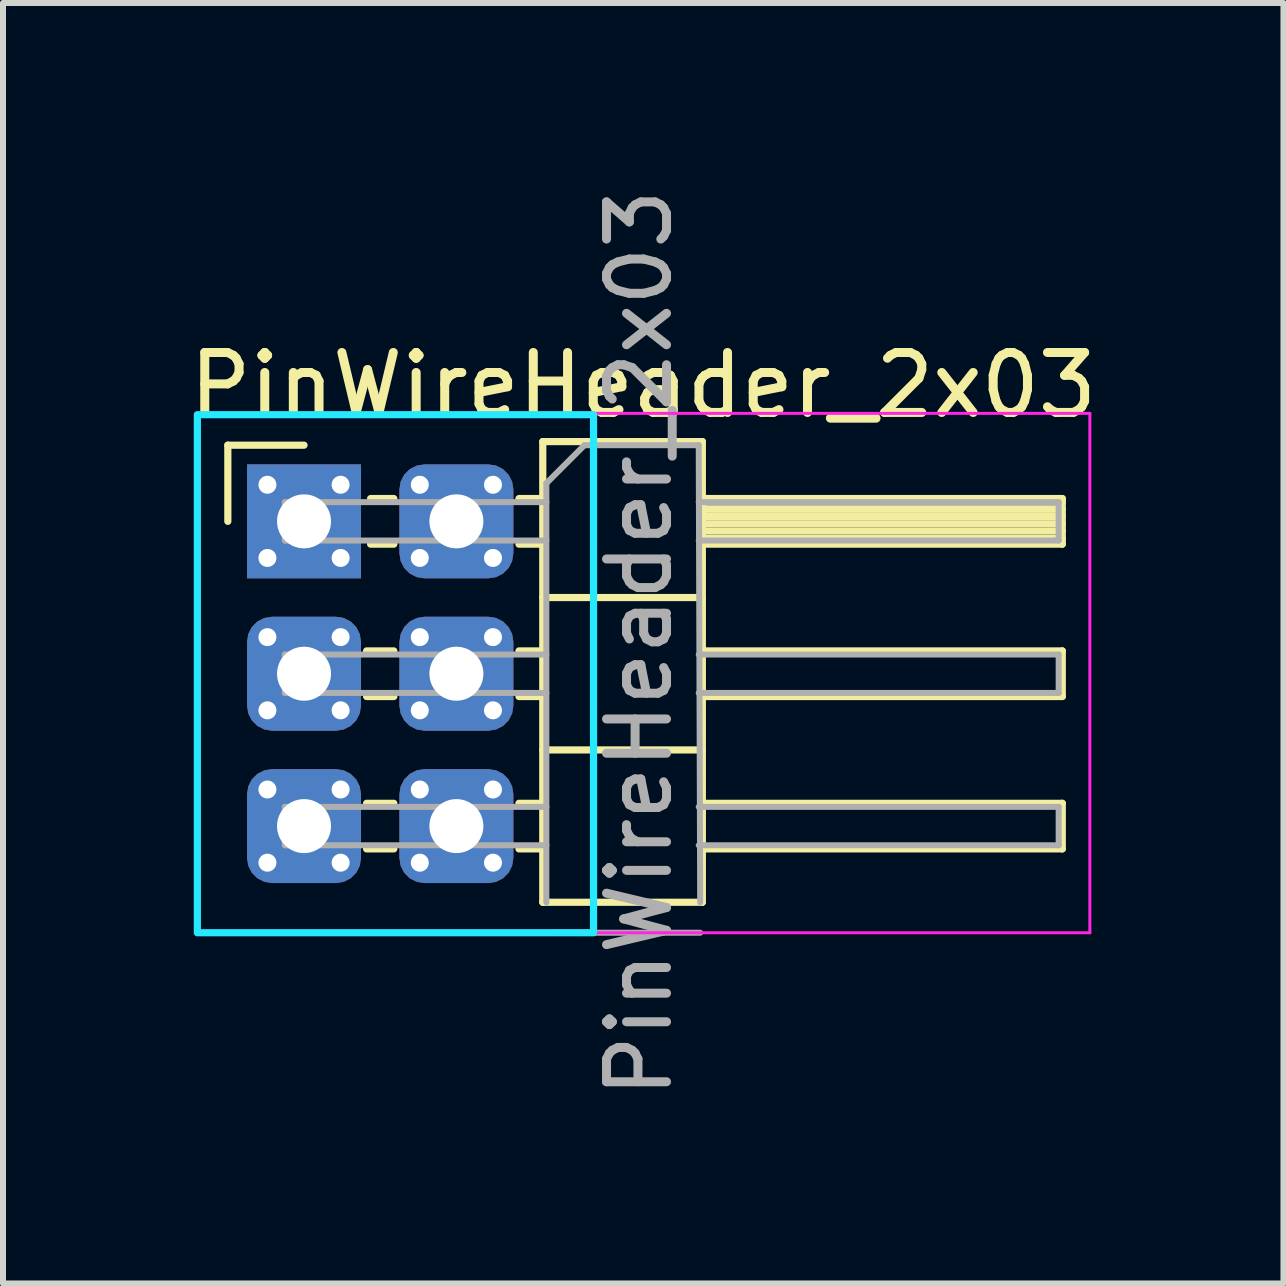
<source format=kicad_pcb>
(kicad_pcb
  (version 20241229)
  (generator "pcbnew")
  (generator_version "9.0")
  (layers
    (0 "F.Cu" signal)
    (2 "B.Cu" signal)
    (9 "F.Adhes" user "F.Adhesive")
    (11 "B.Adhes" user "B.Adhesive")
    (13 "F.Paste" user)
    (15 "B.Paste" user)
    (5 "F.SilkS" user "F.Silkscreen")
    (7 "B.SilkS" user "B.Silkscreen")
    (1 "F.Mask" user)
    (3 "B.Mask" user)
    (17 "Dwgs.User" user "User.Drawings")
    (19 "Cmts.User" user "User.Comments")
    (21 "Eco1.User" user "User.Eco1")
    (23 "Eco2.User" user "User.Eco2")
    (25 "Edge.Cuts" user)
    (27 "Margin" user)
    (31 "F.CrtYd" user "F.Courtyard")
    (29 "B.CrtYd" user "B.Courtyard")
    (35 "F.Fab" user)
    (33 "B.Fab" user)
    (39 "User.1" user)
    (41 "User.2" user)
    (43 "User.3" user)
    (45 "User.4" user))
  (footprint "PinWireHeader_2x03"
    (layer "F.Cu")
    (at 2.018 5.641)
    (property "Reference" "PinWireHeader_2x03" (at 5.655 -2.27 180) (layer "F.SilkS") (effects (font (size 1 1) (thickness 0.15))))
    (attr through_hole)
    (fp_circle (center 0 0) (end 0.457 0) (stroke (width 0.15) (type solid)) (fill yes) (layer "F.Mask"))
    (fp_circle (center 0 2.54) (end 0.457 2.54) (stroke (width 0.15) (type solid)) (fill yes) (layer "F.Mask"))
    (fp_circle (center 0 5.08) (end 0.457 5.08) (stroke (width 0.15) (type solid)) (fill yes) (layer "F.Mask"))
    (fp_circle (center 2.54 0) (end 2.997 0) (stroke (width 0.15) (type solid)) (fill yes) (layer "F.Mask"))
    (fp_circle (center 2.54 2.54) (end 2.997 2.54) (stroke (width 0.15) (type solid)) (fill yes) (layer "F.Mask"))
    (fp_circle (center 2.54 5.08) (end 2.997 5.08) (stroke (width 0.15) (type solid)) (fill yes) (layer "F.Mask"))
    (fp_line (start -1.27 -1.27) (end 0 -1.27) (stroke (width 0.12) (type solid)) (layer "F.SilkS"))
    (fp_line (start -1.27 0) (end -1.27 -1.27) (stroke (width 0.12) (type solid)) (layer "F.SilkS"))
    (fp_line (start 1.043 2.16) (end 1.497 2.16) (stroke (width 0.12) (type solid)) (layer "F.SilkS"))
    (fp_line (start 1.043 2.92) (end 1.497 2.92) (stroke (width 0.12) (type solid)) (layer "F.SilkS"))
    (fp_line (start 1.043 4.7) (end 1.497 4.7) (stroke (width 0.12) (type solid)) (layer "F.SilkS"))
    (fp_line (start 1.043 5.46) (end 1.497 5.46) (stroke (width 0.12) (type solid)) (layer "F.SilkS"))
    (fp_line (start 1.11 -0.38) (end 1.497 -0.38) (stroke (width 0.12) (type solid)) (layer "F.SilkS"))
    (fp_line (start 1.11 0.38) (end 1.497 0.38) (stroke (width 0.12) (type solid)) (layer "F.SilkS"))
    (fp_line (start 3.583 -0.38) (end 3.98 -0.38) (stroke (width 0.12) (type solid)) (layer "F.SilkS"))
    (fp_line (start 3.583 0.38) (end 3.98 0.38) (stroke (width 0.12) (type solid)) (layer "F.SilkS"))
    (fp_line (start 3.583 2.16) (end 3.98 2.16) (stroke (width 0.12) (type solid)) (layer "F.SilkS"))
    (fp_line (start 3.583 2.92) (end 3.98 2.92) (stroke (width 0.12) (type solid)) (layer "F.SilkS"))
    (fp_line (start 3.583 4.7) (end 3.98 4.7) (stroke (width 0.12) (type solid)) (layer "F.SilkS"))
    (fp_line (start 3.583 5.46) (end 3.98 5.46) (stroke (width 0.12) (type solid)) (layer "F.SilkS"))
    (fp_line (start 3.98 -1.33) (end 3.98 6.35) (stroke (width 0.12) (type solid)) (layer "F.SilkS"))
    (fp_line (start 3.98 1.27) (end 6.64 1.27) (stroke (width 0.12) (type solid)) (layer "F.SilkS"))
    (fp_line (start 3.98 3.81) (end 6.64 3.81) (stroke (width 0.12) (type solid)) (layer "F.SilkS"))
    (fp_line (start 3.98 6.35) (end 6.64 6.35) (stroke (width 0.12) (type solid)) (layer "F.SilkS"))
    (fp_line (start 6.64 -1.33) (end 3.98 -1.33) (stroke (width 0.12) (type solid)) (layer "F.SilkS"))
    (fp_line (start 6.64 -0.38) (end 12.64 -0.38) (stroke (width 0.12) (type solid)) (layer "F.SilkS"))
    (fp_line (start 6.64 -0.32) (end 12.64 -0.32) (stroke (width 0.12) (type solid)) (layer "F.SilkS"))
    (fp_line (start 6.64 -0.2) (end 12.64 -0.2) (stroke (width 0.12) (type solid)) (layer "F.SilkS"))
    (fp_line (start 6.64 -0.08) (end 12.64 -0.08) (stroke (width 0.12) (type solid)) (layer "F.SilkS"))
    (fp_line (start 6.64 0.04) (end 12.64 0.04) (stroke (width 0.12) (type solid)) (layer "F.SilkS"))
    (fp_line (start 6.64 0.16) (end 12.64 0.16) (stroke (width 0.12) (type solid)) (layer "F.SilkS"))
    (fp_line (start 6.64 0.28) (end 12.64 0.28) (stroke (width 0.12) (type solid)) (layer "F.SilkS"))
    (fp_line (start 6.64 2.16) (end 12.64 2.16) (stroke (width 0.12) (type solid)) (layer "F.SilkS"))
    (fp_line (start 6.64 4.7) (end 12.64 4.7) (stroke (width 0.12) (type solid)) (layer "F.SilkS"))
    (fp_line (start 6.64 6.35) (end 6.64 -1.33) (stroke (width 0.12) (type solid)) (layer "F.SilkS"))
    (fp_line (start 12.64 -0.38) (end 12.64 0.38) (stroke (width 0.12) (type solid)) (layer "F.SilkS"))
    (fp_line (start 12.64 0.38) (end 6.64 0.38) (stroke (width 0.12) (type solid)) (layer "F.SilkS"))
    (fp_line (start 12.64 2.16) (end 12.64 2.92) (stroke (width 0.12) (type solid)) (layer "F.SilkS"))
    (fp_line (start 12.64 2.92) (end 6.64 2.92) (stroke (width 0.12) (type solid)) (layer "F.SilkS"))
    (fp_line (start 12.64 4.7) (end 12.64 5.46) (stroke (width 0.12) (type solid)) (layer "F.SilkS"))
    (fp_line (start 12.64 5.46) (end 6.64 5.46) (stroke (width 0.12) (type solid)) (layer "F.SilkS"))
    (fp_rect (start -1.778 -1.778) (end 4.826 6.858) (stroke (width 0.12) (type solid)) (fill no) (layer "B.CrtYd"))
    (fp_line (start -1.8 -1.8) (end -1.8 6.858) (stroke (width 0.05) (type solid)) (layer "F.CrtYd"))
    (fp_line (start -1.8 6.858) (end 13.1 6.858) (stroke (width 0.05) (type solid)) (layer "F.CrtYd"))
    (fp_line (start 13.1 -1.8) (end -1.8 -1.8) (stroke (width 0.05) (type solid)) (layer "F.CrtYd"))
    (fp_line (start 13.1 6.858) (end 13.1 -1.8) (stroke (width 0.05) (type solid)) (layer "F.CrtYd"))
    (fp_line (start -0.32 -0.32) (end -0.32 0.32) (stroke (width 0.1) (type solid)) (layer "F.Fab"))
    (fp_line (start -0.32 -0.32) (end 4.04 -0.32) (stroke (width 0.1) (type solid)) (layer "F.Fab"))
    (fp_line (start -0.32 0.32) (end 4.04 0.32) (stroke (width 0.1) (type solid)) (layer "F.Fab"))
    (fp_line (start -0.32 2.22) (end -0.32 2.86) (stroke (width 0.1) (type solid)) (layer "F.Fab"))
    (fp_line (start -0.32 2.22) (end 4.04 2.22) (stroke (width 0.1) (type solid)) (layer "F.Fab"))
    (fp_line (start -0.32 2.86) (end 4.04 2.86) (stroke (width 0.1) (type solid)) (layer "F.Fab"))
    (fp_line (start -0.32 4.76) (end -0.32 5.4) (stroke (width 0.1) (type solid)) (layer "F.Fab"))
    (fp_line (start -0.32 4.76) (end 4.04 4.76) (stroke (width 0.1) (type solid)) (layer "F.Fab"))
    (fp_line (start -0.32 5.4) (end 4.04 5.4) (stroke (width 0.1) (type solid)) (layer "F.Fab"))
    (fp_line (start 4.04 -0.635) (end 4.675 -1.27) (stroke (width 0.1) (type solid)) (layer "F.Fab"))
    (fp_line (start 4.04 6.35) (end 4.04 -0.635) (stroke (width 0.1) (type solid)) (layer "F.Fab"))
    (fp_line (start 4.675 -1.27) (end 6.58 -1.27) (stroke (width 0.1) (type solid)) (layer "F.Fab"))
    (fp_line (start 6.58 -1.27) (end 6.604 6.35) (stroke (width 0.1) (type solid)) (layer "F.Fab"))
    (fp_line (start 6.58 -0.32) (end 12.58 -0.32) (stroke (width 0.1) (type solid)) (layer "F.Fab"))
    (fp_line (start 6.58 0.32) (end 12.58 0.32) (stroke (width 0.1) (type solid)) (layer "F.Fab"))
    (fp_line (start 6.58 2.22) (end 12.58 2.22) (stroke (width 0.1) (type solid)) (layer "F.Fab"))
    (fp_line (start 6.58 2.86) (end 12.58 2.86) (stroke (width 0.1) (type solid)) (layer "F.Fab"))
    (fp_line (start 6.58 4.76) (end 12.58 4.76) (stroke (width 0.1) (type solid)) (layer "F.Fab"))
    (fp_line (start 6.58 5.4) (end 12.58 5.4) (stroke (width 0.1) (type solid)) (layer "F.Fab"))
    (fp_line (start 6.604 6.858) (end 4.064 6.858) (stroke (width 0.1) (type solid)) (layer "F.Fab"))
    (fp_line (start 12.58 -0.32) (end 12.58 0.32) (stroke (width 0.1) (type solid)) (layer "F.Fab"))
    (fp_line (start 12.58 2.22) (end 12.58 2.86) (stroke (width 0.1) (type solid)) (layer "F.Fab"))
    (fp_line (start 12.58 4.76) (end 12.58 5.4) (stroke (width 0.1) (type solid)) (layer "F.Fab"))
    (fp_text user "${REFERENCE}" (at 5.588 2.032 270) (layer "F.Fab") (effects (font (size 1 1) (thickness 0.15))))
    (pad "1" thru_hole circle (at -0.61 -0.61) (size 0.35 0.35) (drill 0.3) (layers "*.Cu" "*.Mask"))
    (pad "1" thru_hole circle (at -0.61 0.61) (size 0.35 0.35) (drill 0.3) (layers "*.Cu" "*.Mask"))
    (pad "1" thru_hole rect (at 0 0) (size 1.9 1.9) (drill 0.9) (layers "*.Cu" "B.Mask"))
    (pad "1" thru_hole circle (at 0.61 -0.61) (size 0.35 0.35) (drill 0.3) (layers "*.Cu" "*.Mask"))
    (pad "1" thru_hole circle (at 0.61 0.61) (size 0.35 0.35) (drill 0.3) (layers "*.Cu" "*.Mask"))
    (pad "2" thru_hole circle (at 1.93 -0.61) (size 0.35 0.35) (drill 0.3) (layers "*.Cu" "*.Mask"))
    (pad "2" thru_hole circle (at 1.93 0.61) (size 0.35 0.35) (drill 0.3) (layers "*.Cu" "*.Mask"))
    (pad "2" thru_hole roundrect (at 2.54 0) (size 1.9 1.9) (drill 0.9) (layers "*.Cu" "B.Mask") (roundrect_rratio 0.22))
    (pad "2" thru_hole circle (at 3.15 -0.61) (size 0.35 0.35) (drill 0.3) (layers "*.Cu" "*.Mask"))
    (pad "2" thru_hole circle (at 3.15 0.61) (size 0.35 0.35) (drill 0.3) (layers "*.Cu" "*.Mask"))
    (pad "3" thru_hole circle (at -0.61 1.93) (size 0.35 0.35) (drill 0.3) (layers "*.Cu" "*.Mask"))
    (pad "3" thru_hole circle (at -0.61 3.15) (size 0.35 0.35) (drill 0.3) (layers "*.Cu" "*.Mask"))
    (pad "3" thru_hole roundrect (at 0 2.54) (size 1.9 1.9) (drill 0.9) (layers "*.Cu" "B.Mask") (roundrect_rratio 0.22))
    (pad "3" thru_hole circle (at 0.61 1.93) (size 0.35 0.35) (drill 0.3) (layers "*.Cu" "*.Mask"))
    (pad "3" thru_hole circle (at 0.61 3.15) (size 0.35 0.35) (drill 0.3) (layers "*.Cu" "*.Mask"))
    (pad "4" thru_hole circle (at 1.93 1.93) (size 0.35 0.35) (drill 0.3) (layers "*.Cu" "*.Mask"))
    (pad "4" thru_hole circle (at 1.93 3.15) (size 0.35 0.35) (drill 0.3) (layers "*.Cu" "*.Mask"))
    (pad "4" thru_hole roundrect (at 2.54 2.54) (size 1.9 1.9) (drill 0.9) (layers "*.Cu" "B.Mask") (roundrect_rratio 0.22))
    (pad "4" thru_hole circle (at 3.15 1.93) (size 0.35 0.35) (drill 0.3) (layers "*.Cu" "*.Mask"))
    (pad "4" thru_hole circle (at 3.15 3.15) (size 0.35 0.35) (drill 0.3) (layers "*.Cu" "*.Mask"))
    (pad "5" thru_hole circle (at -0.61 4.47) (size 0.35 0.35) (drill 0.3) (layers "*.Cu" "*.Mask"))
    (pad "5" thru_hole circle (at -0.61 5.69) (size 0.35 0.35) (drill 0.3) (layers "*.Cu" "*.Mask"))
    (pad "5" thru_hole roundrect (at 0 5.08) (size 1.9 1.9) (drill 0.9) (layers "*.Cu" "B.Mask") (roundrect_rratio 0.22))
    (pad "5" thru_hole circle (at 0.61 4.47) (size 0.35 0.35) (drill 0.3) (layers "*.Cu" "*.Mask"))
    (pad "5" thru_hole circle (at 0.61 5.69) (size 0.35 0.35) (drill 0.3) (layers "*.Cu" "*.Mask"))
    (pad "6" thru_hole circle (at 1.93 4.47) (size 0.35 0.35) (drill 0.3) (layers "*.Cu" "*.Mask"))
    (pad "6" thru_hole circle (at 1.93 5.69) (size 0.35 0.35) (drill 0.3) (layers "*.Cu" "*.Mask"))
    (pad "6" thru_hole roundrect (at 2.54 5.08) (size 1.9 1.9) (drill 0.9) (layers "*.Cu" "B.Mask") (roundrect_rratio 0.22))
    (pad "6" thru_hole circle (at 3.15 4.47) (size 0.35 0.35) (drill 0.3) (layers "*.Cu" "*.Mask"))
    (pad "6" thru_hole circle (at 3.15 5.69) (size 0.35 0.35) (drill 0.3) (layers "*.Cu" "*.Mask")))
  (gr_rect
    (start -3 -3)
    (end 18.345 18.345)
    (stroke (width 0.1) (type default))
    (fill no)
    (layer "Edge.Cuts")))
</source>
